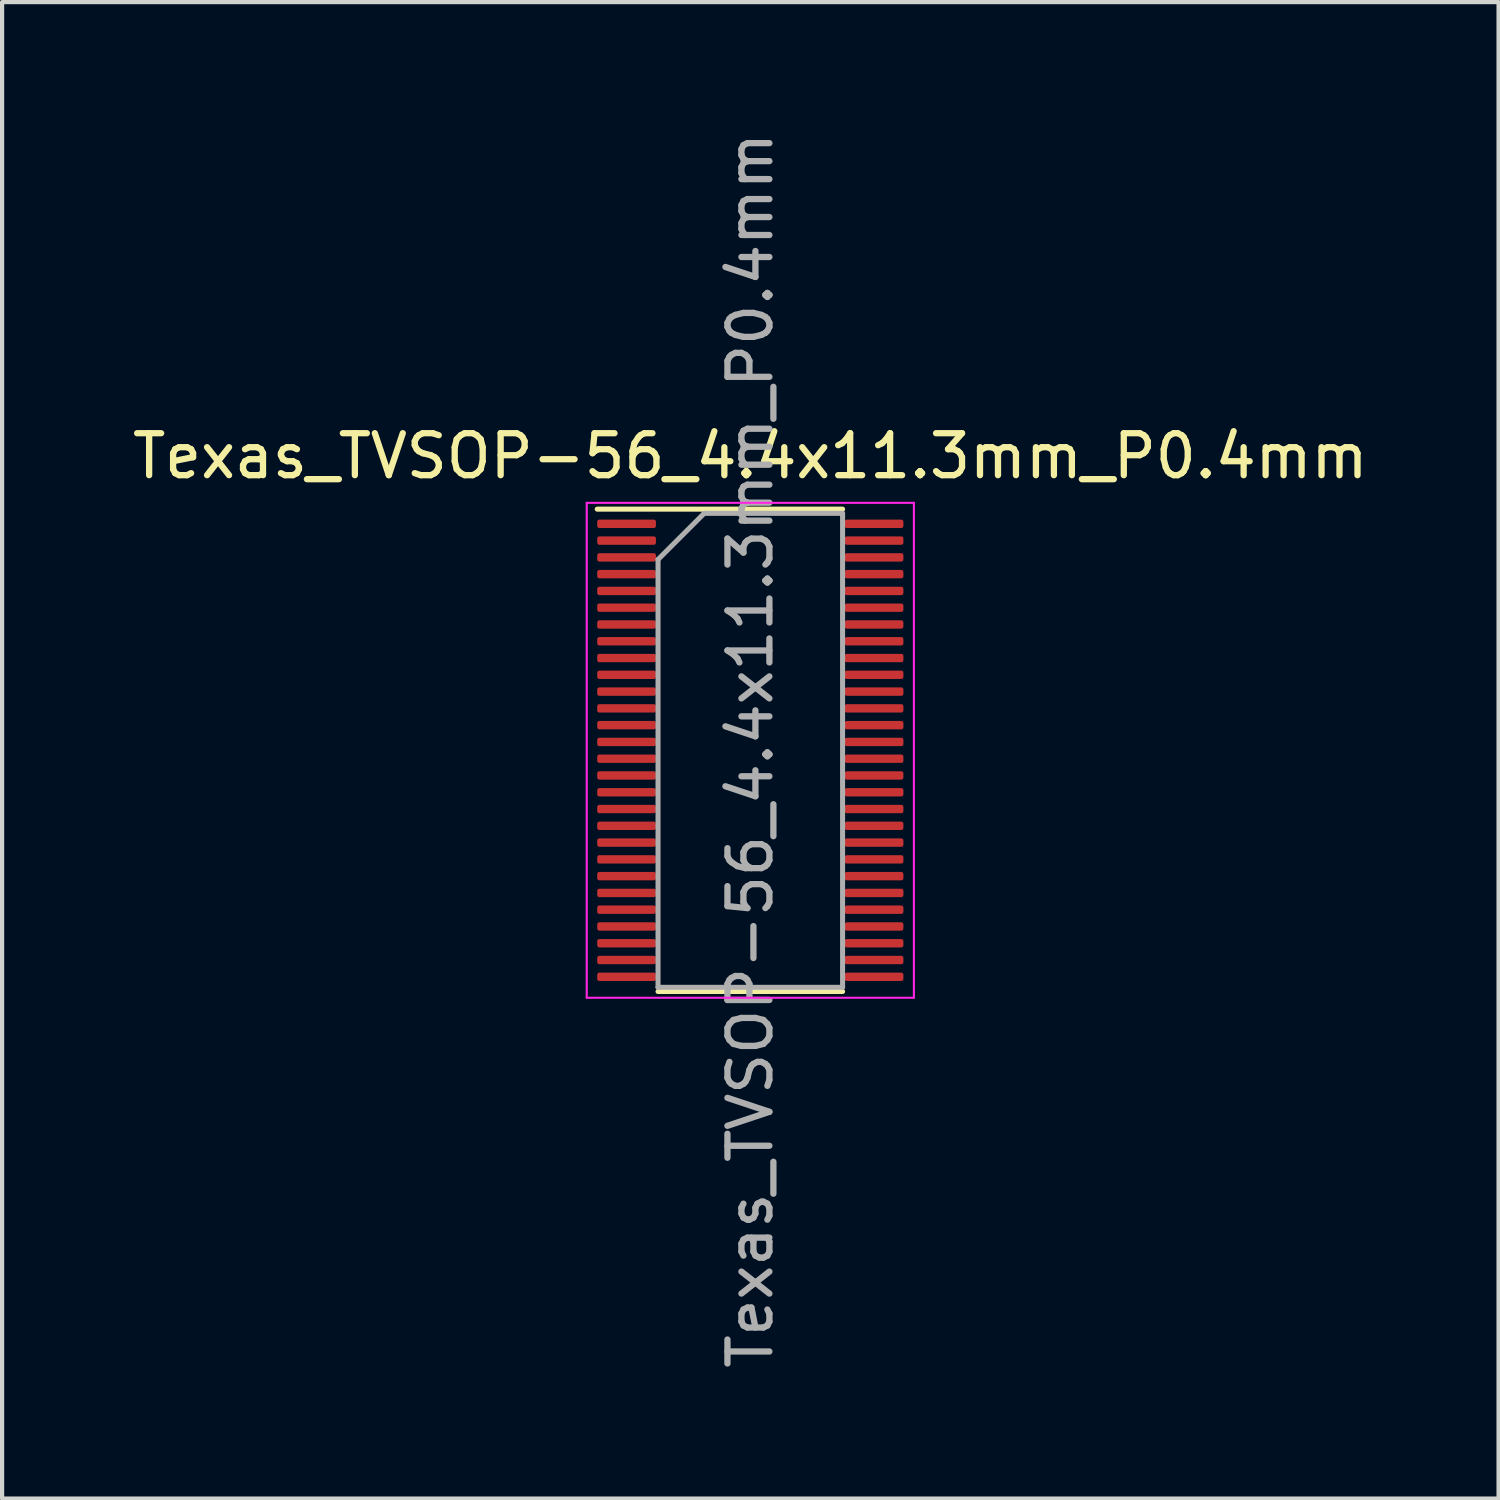
<source format=kicad_pcb>
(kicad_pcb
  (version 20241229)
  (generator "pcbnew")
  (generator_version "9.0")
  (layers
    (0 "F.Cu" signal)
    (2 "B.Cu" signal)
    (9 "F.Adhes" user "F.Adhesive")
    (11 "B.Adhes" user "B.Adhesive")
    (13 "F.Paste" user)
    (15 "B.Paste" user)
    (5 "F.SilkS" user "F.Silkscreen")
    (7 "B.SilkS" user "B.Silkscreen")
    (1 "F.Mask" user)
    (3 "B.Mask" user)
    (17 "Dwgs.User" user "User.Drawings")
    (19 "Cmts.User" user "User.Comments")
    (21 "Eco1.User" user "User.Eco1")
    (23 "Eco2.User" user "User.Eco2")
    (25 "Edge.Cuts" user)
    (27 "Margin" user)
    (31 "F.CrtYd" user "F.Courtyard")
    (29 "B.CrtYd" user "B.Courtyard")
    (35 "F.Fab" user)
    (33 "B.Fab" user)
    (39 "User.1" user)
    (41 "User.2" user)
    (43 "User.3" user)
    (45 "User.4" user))
  (footprint "Texas_TVSOP-56_4.4x11.3mm_P0.4mm"
    (layer "F.Cu")
    (at 14.839 14.839)
    (property "Reference" "Texas_TVSOP-56_4.4x11.3mm_P0.4mm" (at 0 -7.015 0) (layer "F.SilkS") (effects (font (size 1 1) (thickness 0.15))))
    (attr smd)
    (fp_line (start -3.65 -5.75) (end 2.2 -5.75) (stroke (width 0.12) (type solid)) (layer "F.SilkS"))
    (fp_line (start 2.2 5.75) (end -2.2 5.75) (stroke (width 0.12) (type solid)) (layer "F.SilkS"))
    (fp_line (start -3.9 -5.9) (end 3.9 -5.9) (stroke (width 0.05) (type solid)) (layer "F.CrtYd"))
    (fp_line (start -3.9 5.9) (end -3.9 -5.9) (stroke (width 0.05) (type solid)) (layer "F.CrtYd"))
    (fp_line (start 3.9 -5.9) (end 3.9 5.9) (stroke (width 0.05) (type solid)) (layer "F.CrtYd"))
    (fp_line (start 3.9 5.9) (end -3.9 5.9) (stroke (width 0.05) (type solid)) (layer "F.CrtYd"))
    (fp_line (start -2.2 -4.55) (end -1.1 -5.65) (stroke (width 0.12) (type solid)) (layer "F.Fab"))
    (fp_line (start -2.2 5.65) (end -2.2 -4.55) (stroke (width 0.12) (type solid)) (layer "F.Fab"))
    (fp_line (start -1.1 -5.65) (end 2.2 -5.65) (stroke (width 0.12) (type solid)) (layer "F.Fab"))
    (fp_line (start 2.2 -5.65) (end 2.2 5.65) (stroke (width 0.12) (type solid)) (layer "F.Fab"))
    (fp_line (start 2.2 5.65) (end -2.2 5.65) (stroke (width 0.12) (type solid)) (layer "F.Fab"))
    (fp_text user "${REFERENCE}" (at 0 0 270) (layer "F.Fab") (effects (font (size 1 1) (thickness 0.15))))
    (pad "1" smd roundrect (at -2.95 -5.4 270) (size 0.2 1.4) (layers "F.Cu" "F.Mask" "F.Paste") (roundrect_rratio 0.25))
    (pad "2" smd roundrect (at -2.95 -5 270) (size 0.2 1.4) (layers "F.Cu" "F.Mask" "F.Paste") (roundrect_rratio 0.25))
    (pad "3" smd roundrect (at -2.95 -4.6 270) (size 0.2 1.4) (layers "F.Cu" "F.Mask" "F.Paste") (roundrect_rratio 0.25))
    (pad "4" smd roundrect (at -2.95 -4.2 270) (size 0.2 1.4) (layers "F.Cu" "F.Mask" "F.Paste") (roundrect_rratio 0.25))
    (pad "5" smd roundrect (at -2.95 -3.8 270) (size 0.2 1.4) (layers "F.Cu" "F.Mask" "F.Paste") (roundrect_rratio 0.25))
    (pad "6" smd roundrect (at -2.95 -3.4 270) (size 0.2 1.4) (layers "F.Cu" "F.Mask" "F.Paste") (roundrect_rratio 0.25))
    (pad "7" smd roundrect (at -2.95 -3 270) (size 0.2 1.4) (layers "F.Cu" "F.Mask" "F.Paste") (roundrect_rratio 0.25))
    (pad "8" smd roundrect (at -2.95 -2.6 270) (size 0.2 1.4) (layers "F.Cu" "F.Mask" "F.Paste") (roundrect_rratio 0.25))
    (pad "9" smd roundrect (at -2.95 -2.2 270) (size 0.2 1.4) (layers "F.Cu" "F.Mask" "F.Paste") (roundrect_rratio 0.25))
    (pad "10" smd roundrect (at -2.95 -1.8 270) (size 0.2 1.4) (layers "F.Cu" "F.Mask" "F.Paste") (roundrect_rratio 0.25))
    (pad "11" smd roundrect (at -2.95 -1.4 270) (size 0.2 1.4) (layers "F.Cu" "F.Mask" "F.Paste") (roundrect_rratio 0.25))
    (pad "12" smd roundrect (at -2.95 -1 270) (size 0.2 1.4) (layers "F.Cu" "F.Mask" "F.Paste") (roundrect_rratio 0.25))
    (pad "13" smd roundrect (at -2.95 -0.6 270) (size 0.2 1.4) (layers "F.Cu" "F.Mask" "F.Paste") (roundrect_rratio 0.25))
    (pad "14" smd roundrect (at -2.95 -0.2 270) (size 0.2 1.4) (layers "F.Cu" "F.Mask" "F.Paste") (roundrect_rratio 0.25))
    (pad "15" smd roundrect (at -2.95 0.2 270) (size 0.2 1.4) (layers "F.Cu" "F.Mask" "F.Paste") (roundrect_rratio 0.25))
    (pad "16" smd roundrect (at -2.95 0.6 270) (size 0.2 1.4) (layers "F.Cu" "F.Mask" "F.Paste") (roundrect_rratio 0.25))
    (pad "17" smd roundrect (at -2.95 1 270) (size 0.2 1.4) (layers "F.Cu" "F.Mask" "F.Paste") (roundrect_rratio 0.25))
    (pad "18" smd roundrect (at -2.95 1.4 270) (size 0.2 1.4) (layers "F.Cu" "F.Mask" "F.Paste") (roundrect_rratio 0.25))
    (pad "19" smd roundrect (at -2.95 1.8 270) (size 0.2 1.4) (layers "F.Cu" "F.Mask" "F.Paste") (roundrect_rratio 0.25))
    (pad "20" smd roundrect (at -2.95 2.2 270) (size 0.2 1.4) (layers "F.Cu" "F.Mask" "F.Paste") (roundrect_rratio 0.25))
    (pad "21" smd roundrect (at -2.95 2.6 270) (size 0.2 1.4) (layers "F.Cu" "F.Mask" "F.Paste") (roundrect_rratio 0.25))
    (pad "22" smd roundrect (at -2.95 3 270) (size 0.2 1.4) (layers "F.Cu" "F.Mask" "F.Paste") (roundrect_rratio 0.25))
    (pad "23" smd roundrect (at -2.95 3.4 270) (size 0.2 1.4) (layers "F.Cu" "F.Mask" "F.Paste") (roundrect_rratio 0.25))
    (pad "24" smd roundrect (at -2.95 3.8 270) (size 0.2 1.4) (layers "F.Cu" "F.Mask" "F.Paste") (roundrect_rratio 0.25))
    (pad "25" smd roundrect (at -2.95 4.2 270) (size 0.2 1.4) (layers "F.Cu" "F.Mask" "F.Paste") (roundrect_rratio 0.25))
    (pad "26" smd roundrect (at -2.95 4.6 270) (size 0.2 1.4) (layers "F.Cu" "F.Mask" "F.Paste") (roundrect_rratio 0.25))
    (pad "27" smd roundrect (at -2.95 5 270) (size 0.2 1.4) (layers "F.Cu" "F.Mask" "F.Paste") (roundrect_rratio 0.25))
    (pad "28" smd roundrect (at -2.95 5.4 270) (size 0.2 1.4) (layers "F.Cu" "F.Mask" "F.Paste") (roundrect_rratio 0.25))
    (pad "29" smd roundrect (at 2.95 5.4 270) (size 0.2 1.4) (layers "F.Cu" "F.Mask" "F.Paste") (roundrect_rratio 0.25))
    (pad "30" smd roundrect (at 2.95 5 270) (size 0.2 1.4) (layers "F.Cu" "F.Mask" "F.Paste") (roundrect_rratio 0.25))
    (pad "31" smd roundrect (at 2.95 4.6 270) (size 0.2 1.4) (layers "F.Cu" "F.Mask" "F.Paste") (roundrect_rratio 0.25))
    (pad "32" smd roundrect (at 2.95 4.2 270) (size 0.2 1.4) (layers "F.Cu" "F.Mask" "F.Paste") (roundrect_rratio 0.25))
    (pad "33" smd roundrect (at 2.95 3.8 270) (size 0.2 1.4) (layers "F.Cu" "F.Mask" "F.Paste") (roundrect_rratio 0.25))
    (pad "34" smd roundrect (at 2.95 3.4 270) (size 0.2 1.4) (layers "F.Cu" "F.Mask" "F.Paste") (roundrect_rratio 0.25))
    (pad "35" smd roundrect (at 2.95 3 270) (size 0.2 1.4) (layers "F.Cu" "F.Mask" "F.Paste") (roundrect_rratio 0.25))
    (pad "36" smd roundrect (at 2.95 2.6 270) (size 0.2 1.4) (layers "F.Cu" "F.Mask" "F.Paste") (roundrect_rratio 0.25))
    (pad "37" smd roundrect (at 2.95 2.2 270) (size 0.2 1.4) (layers "F.Cu" "F.Mask" "F.Paste") (roundrect_rratio 0.25))
    (pad "38" smd roundrect (at 2.95 1.8 270) (size 0.2 1.4) (layers "F.Cu" "F.Mask" "F.Paste") (roundrect_rratio 0.25))
    (pad "39" smd roundrect (at 2.95 1.4 270) (size 0.2 1.4) (layers "F.Cu" "F.Mask" "F.Paste") (roundrect_rratio 0.25))
    (pad "40" smd roundrect (at 2.95 1 270) (size 0.2 1.4) (layers "F.Cu" "F.Mask" "F.Paste") (roundrect_rratio 0.25))
    (pad "41" smd roundrect (at 2.95 0.6 270) (size 0.2 1.4) (layers "F.Cu" "F.Mask" "F.Paste") (roundrect_rratio 0.25))
    (pad "42" smd roundrect (at 2.95 0.2 270) (size 0.2 1.4) (layers "F.Cu" "F.Mask" "F.Paste") (roundrect_rratio 0.25))
    (pad "43" smd roundrect (at 2.95 -0.2 270) (size 0.2 1.4) (layers "F.Cu" "F.Mask" "F.Paste") (roundrect_rratio 0.25))
    (pad "44" smd roundrect (at 2.95 -0.6 270) (size 0.2 1.4) (layers "F.Cu" "F.Mask" "F.Paste") (roundrect_rratio 0.25))
    (pad "45" smd roundrect (at 2.95 -1 270) (size 0.2 1.4) (layers "F.Cu" "F.Mask" "F.Paste") (roundrect_rratio 0.25))
    (pad "46" smd roundrect (at 2.95 -1.4 270) (size 0.2 1.4) (layers "F.Cu" "F.Mask" "F.Paste") (roundrect_rratio 0.25))
    (pad "47" smd roundrect (at 2.95 -1.8 270) (size 0.2 1.4) (layers "F.Cu" "F.Mask" "F.Paste") (roundrect_rratio 0.25))
    (pad "48" smd roundrect (at 2.95 -2.2 270) (size 0.2 1.4) (layers "F.Cu" "F.Mask" "F.Paste") (roundrect_rratio 0.25))
    (pad "49" smd roundrect (at 2.95 -2.6 270) (size 0.2 1.4) (layers "F.Cu" "F.Mask" "F.Paste") (roundrect_rratio 0.25))
    (pad "50" smd roundrect (at 2.95 -3 270) (size 0.2 1.4) (layers "F.Cu" "F.Mask" "F.Paste") (roundrect_rratio 0.25))
    (pad "51" smd roundrect (at 2.95 -3.4 270) (size 0.2 1.4) (layers "F.Cu" "F.Mask" "F.Paste") (roundrect_rratio 0.25))
    (pad "52" smd roundrect (at 2.95 -3.8 270) (size 0.2 1.4) (layers "F.Cu" "F.Mask" "F.Paste") (roundrect_rratio 0.25))
    (pad "53" smd roundrect (at 2.95 -4.2 270) (size 0.2 1.4) (layers "F.Cu" "F.Mask" "F.Paste") (roundrect_rratio 0.25))
    (pad "54" smd roundrect (at 2.95 -4.6 270) (size 0.2 1.4) (layers "F.Cu" "F.Mask" "F.Paste") (roundrect_rratio 0.25))
    (pad "55" smd roundrect (at 2.95 -5 270) (size 0.2 1.4) (layers "F.Cu" "F.Mask" "F.Paste") (roundrect_rratio 0.25))
    (pad "56" smd roundrect (at 2.95 -5.4 270) (size 0.2 1.4) (layers "F.Cu" "F.Mask" "F.Paste") (roundrect_rratio 0.25)))
  (gr_rect
    (start -3 -3)
    (end 32.679 32.679)
    (stroke (width 0.1) (type default))
    (fill no)
    (layer "Edge.Cuts")))
</source>
